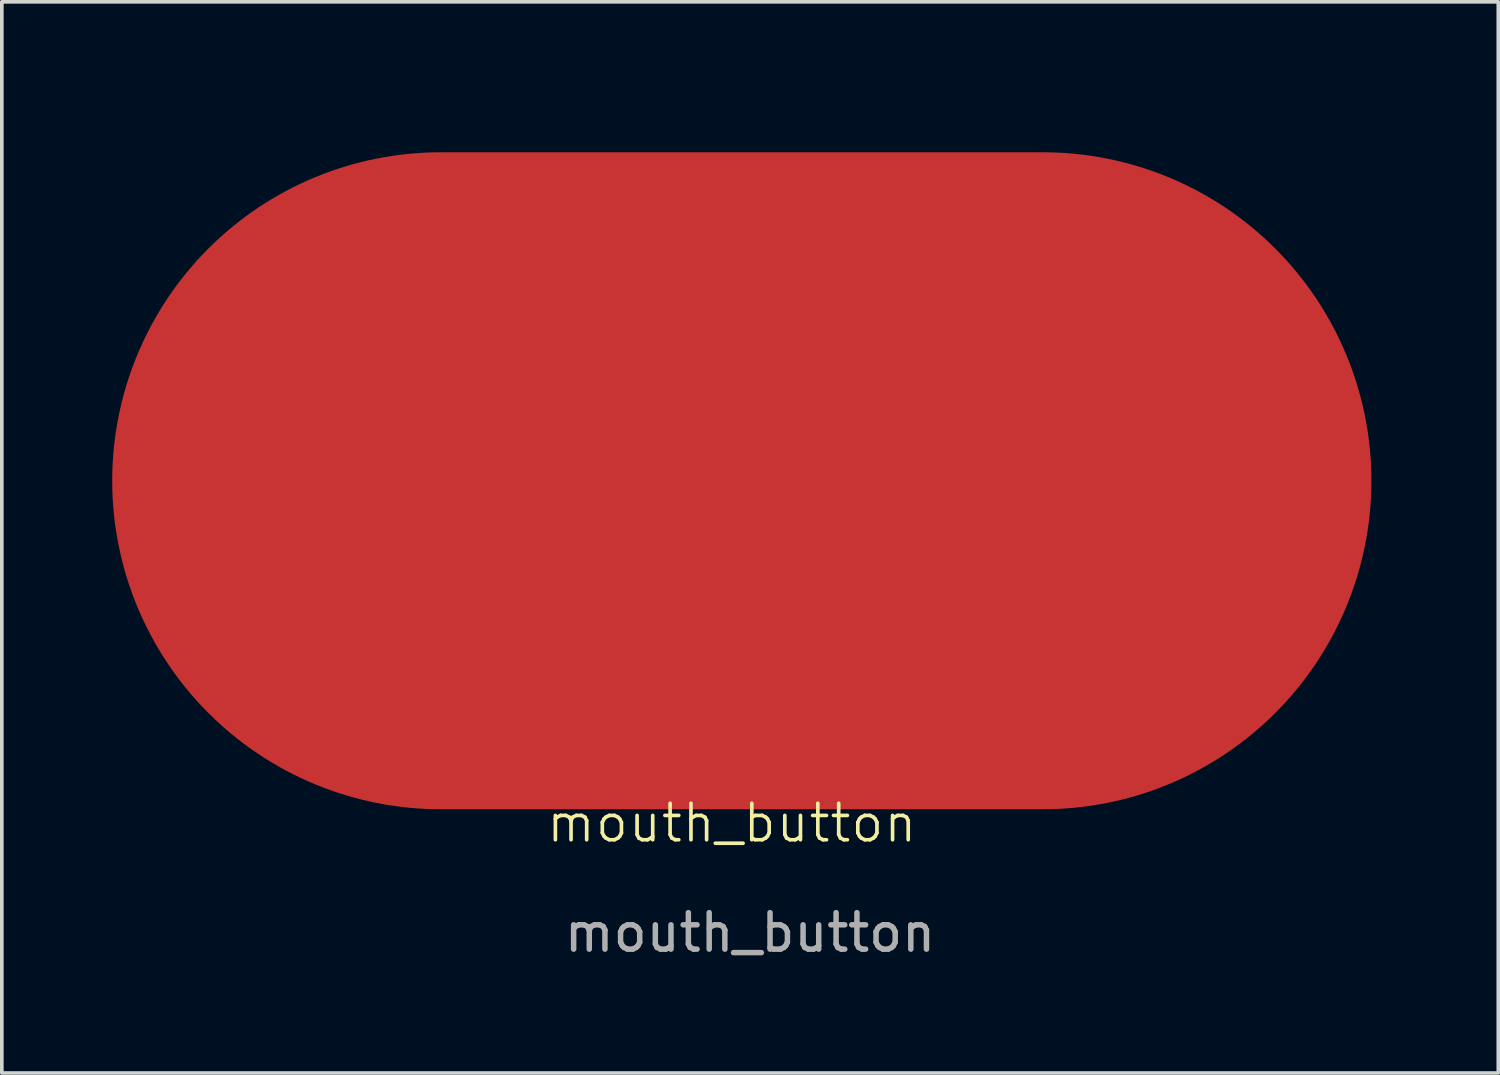
<source format=kicad_pcb>
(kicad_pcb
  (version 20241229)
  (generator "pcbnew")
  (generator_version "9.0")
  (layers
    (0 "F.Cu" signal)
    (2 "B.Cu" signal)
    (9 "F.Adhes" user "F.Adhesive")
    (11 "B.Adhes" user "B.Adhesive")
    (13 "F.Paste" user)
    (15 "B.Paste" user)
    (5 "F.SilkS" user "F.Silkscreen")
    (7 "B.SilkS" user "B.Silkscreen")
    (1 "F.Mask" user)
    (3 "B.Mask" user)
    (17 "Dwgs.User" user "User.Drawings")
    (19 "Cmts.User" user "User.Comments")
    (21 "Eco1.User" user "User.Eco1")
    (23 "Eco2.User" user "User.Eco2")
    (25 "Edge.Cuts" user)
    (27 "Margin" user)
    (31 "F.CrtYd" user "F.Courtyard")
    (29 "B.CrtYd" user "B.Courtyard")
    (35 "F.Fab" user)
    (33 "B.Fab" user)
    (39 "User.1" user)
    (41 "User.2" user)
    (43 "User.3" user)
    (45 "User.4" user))
  (footprint "mouth_button"
    (layer "F.Cu")
    (at 17.5 10)
    (property "Reference" "mouth_button" (at -0.5 9.5 0) (unlocked yes) (layer "F.SilkS") (effects (font (size 1 1) (thickness 0.1))))
    (attr smd)
    (fp_text user "${REFERENCE}" (at 0 12.5 0) (unlocked yes) (layer "F.Fab") (effects (font (size 1 1) (thickness 0.15))))
    (pad "1" smd oval (at -0.226 0.122) (size 34.5 18) (layers "F.Cu") (padstack (mode custom) (layer "B.Cu" (shape roundrect) (size 1.452 0.025) (roundrect_rratio 0.15))))
    (zone (net_name "") (layer "B.Cu") (hatch edge 0.5) (connect_pads) (min_thickness 0.25) (filled_areas_thickness no) (keepout (tracks not_allowed) (vias not_allowed) (pads not_allowed) (copperpour not_allowed) (footprints not_allowed)) (placement (enabled no)) (fill) (polygon (pts (xy 0 0) (xy 35 0) (xy 35 19) (xy 0 19)))))
  (gr_rect
    (start -3 -3)
    (end 38 26.348)
    (stroke (width 0.1) (type default))
    (fill no)
    (layer "Edge.Cuts")))
</source>
